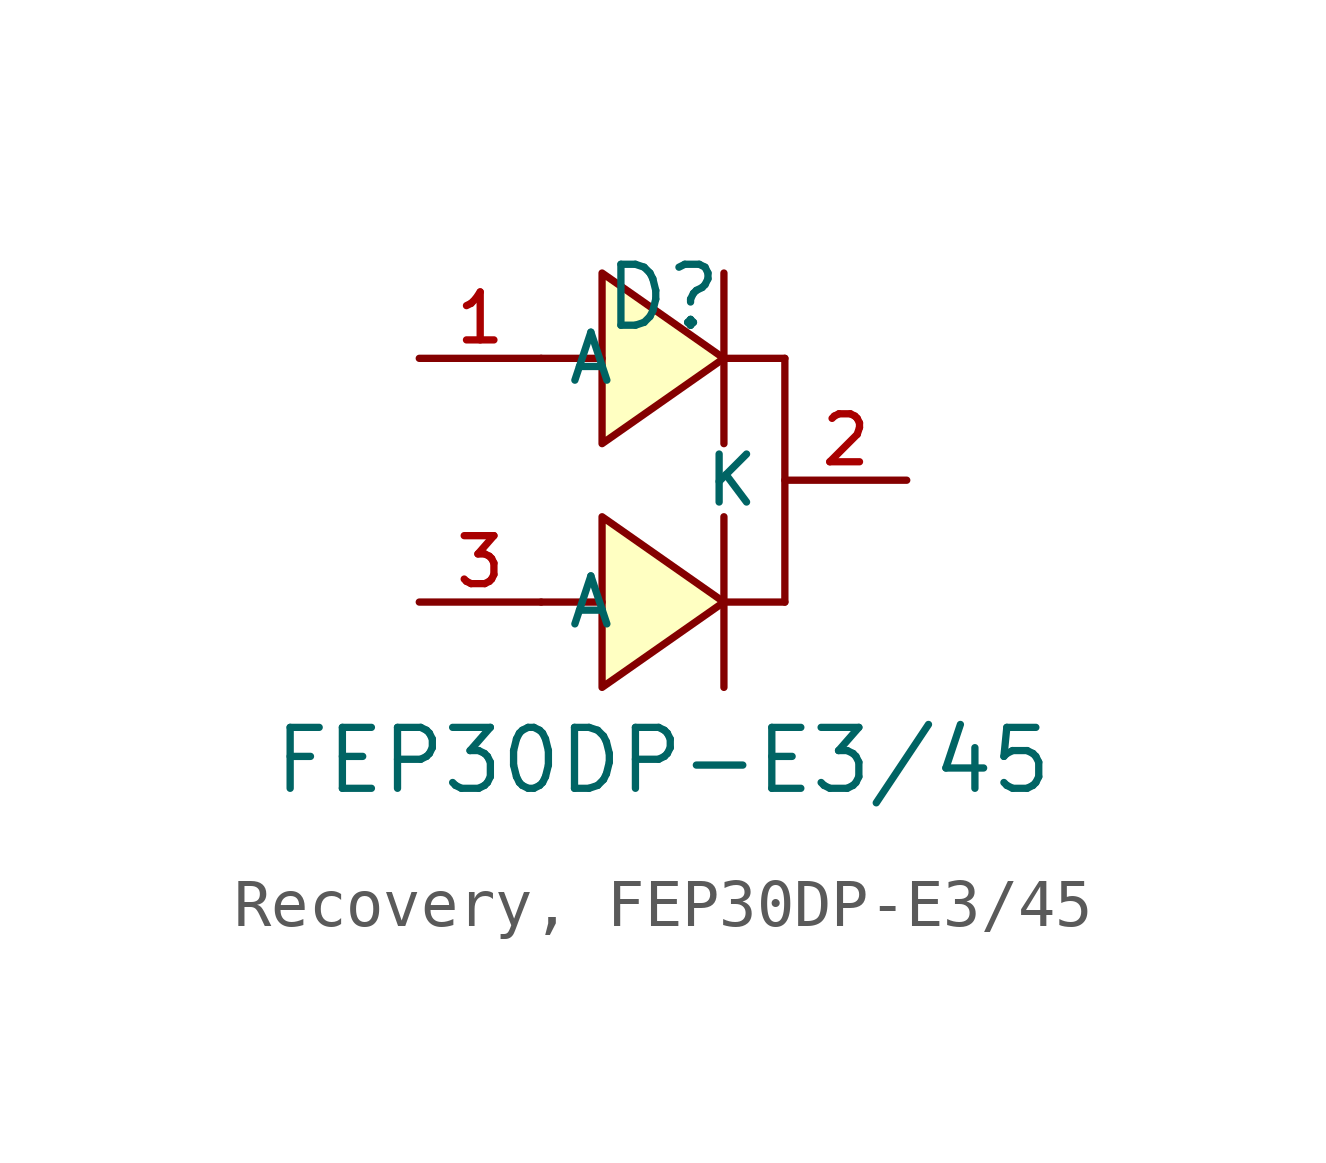
<source format=kicad_sym>
(kicad_symbol_lib
  (version 20231120)
  (generator "CDFER_Archive_Tool")
  (generator_version "0.0")
  (symbol "Recovery, FEP30DP-E3/45"
    (property "Reference" "D"
      (at 0 1.27 0)
      (effects (font (size 1.27 1.27))))
    (property "Value" "FEP30DP-E3{slash}45"
      (at 0 -8.382 0)
      (effects (font (size 1.27 1.27))))
    (symbol "Recovery, FEP30DP-E3/45_0_1"
      (polyline (pts (xy -2.54 -5.08) (xy -1.27 -5.08)) (stroke (width 0) (type default)) (fill (type none)))
      (polyline (pts (xy -2.54 0) (xy -1.27 0)) (stroke (width 0) (type default)) (fill (type none)))
      (polyline (pts (xy 1.27 -5.08) (xy 2.54 -5.08)) (stroke (width 0) (type default)) (fill (type none)))
      (polyline (pts (xy 1.27 -3.302) (xy 1.27 -6.858)) (stroke (width 0) (type default)) (fill (type none)))
      (polyline (pts (xy 1.27 0) (xy 2.54 0)) (stroke (width 0) (type default)) (fill (type none)))
      (polyline (pts (xy 1.27 1.778) (xy 1.27 -1.778)) (stroke (width 0) (type default)) (fill (type none)))
      (polyline (pts (xy 2.54 0) (xy 2.54 -5.08)) (stroke (width 0) (type default)) (fill (type none)))
      (polyline (pts (xy -1.27 -3.302) (xy 1.27 -5.08) (xy -1.27 -6.858) (xy -1.27 -3.302)) (stroke (width 0) (type default)) (fill (type background)))
      (polyline (pts (xy -1.27 1.778) (xy 1.27 0) (xy -1.27 -1.778) (xy -1.27 1.778)) (stroke (width 0) (type default)) (fill (type background)))
      (pin unspecified line (at -5.08 0 0) (length 2.54) (name "A" (effects (font (size 1 1)))) (number "1" (effects (font (size 1 1)))))
      (pin unspecified line (at 5.08 -2.54 180) (length 2.54) (name "K" (effects (font (size 1 1)))) (number "2" (effects (font (size 1 1)))))
      (pin unspecified line (at -5.08 -5.08 0) (length 2.54) (name "A" (effects (font (size 1 1)))) (number "3" (effects (font (size 1 1))))))))
</source>
